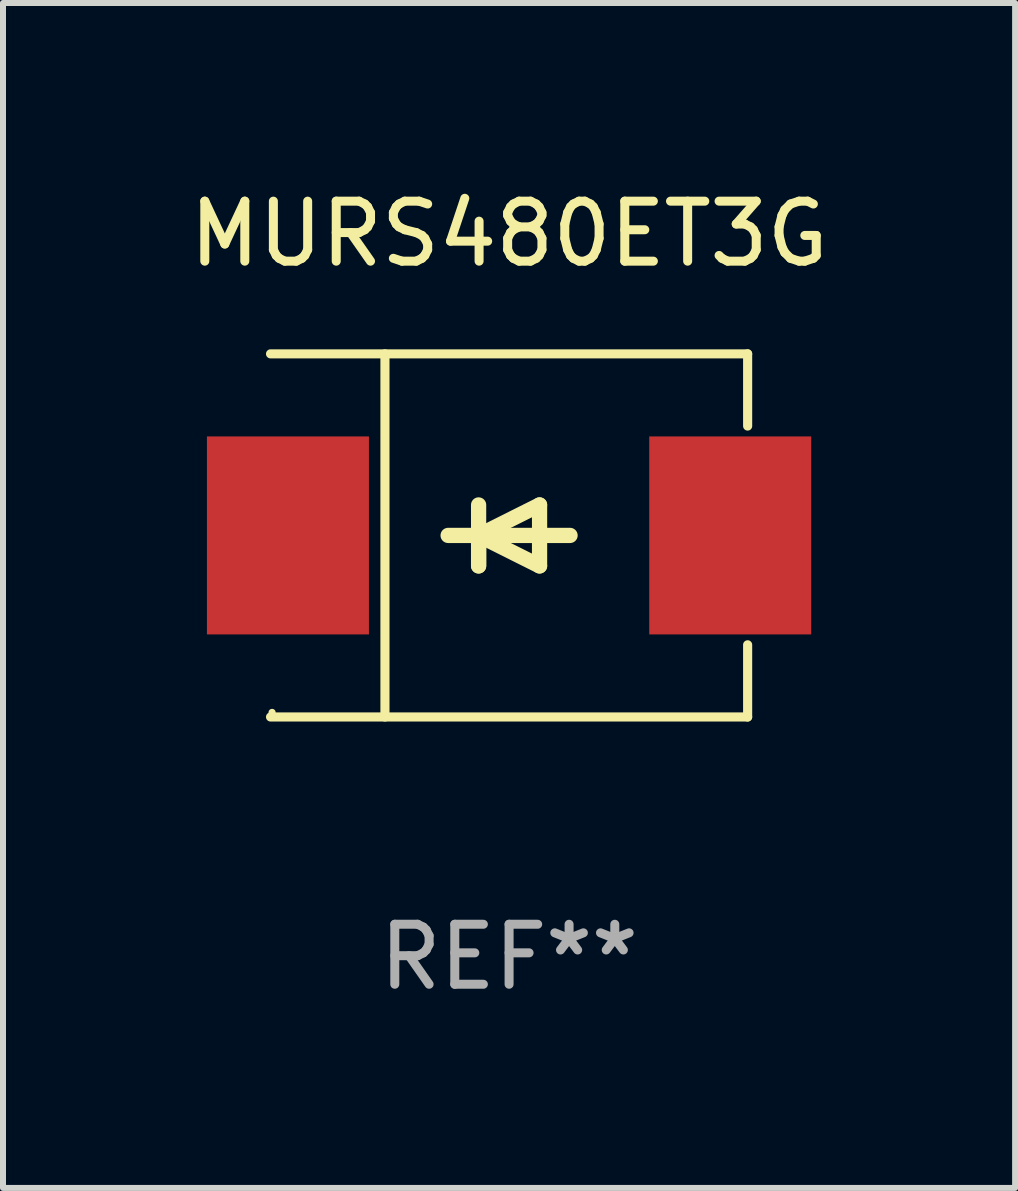
<source format=kicad_pcb>
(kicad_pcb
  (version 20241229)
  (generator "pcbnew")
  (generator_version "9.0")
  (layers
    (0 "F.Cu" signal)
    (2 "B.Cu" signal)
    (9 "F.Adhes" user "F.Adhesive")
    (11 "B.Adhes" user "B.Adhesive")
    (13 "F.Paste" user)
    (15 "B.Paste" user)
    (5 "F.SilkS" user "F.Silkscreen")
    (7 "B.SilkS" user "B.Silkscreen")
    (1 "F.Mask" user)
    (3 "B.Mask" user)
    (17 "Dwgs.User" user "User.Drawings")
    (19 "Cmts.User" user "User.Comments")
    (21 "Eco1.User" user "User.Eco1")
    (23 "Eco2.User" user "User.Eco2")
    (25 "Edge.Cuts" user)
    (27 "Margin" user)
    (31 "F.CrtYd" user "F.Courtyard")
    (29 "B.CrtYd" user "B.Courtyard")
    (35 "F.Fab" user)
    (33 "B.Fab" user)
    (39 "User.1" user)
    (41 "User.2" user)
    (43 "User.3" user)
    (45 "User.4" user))
  (footprint "MURS480ET3G"
    (layer "F.Cu")
    (at 5.435 5.874)
    (property "Reference" "MURS480ET3G" (at 0 -5.026 0) (layer "F.SilkS") (effects (font (size 1 1) (thickness 0.15))))
    (attr through_hole)
    (fp_line (start -3.976 -3.026) (end 3.976 -3.026) (stroke (width 0.152) (type solid)) (layer "F.SilkS"))
    (fp_line (start -3.976 3.026) (end 3.976 3.026) (stroke (width 0.152) (type solid)) (layer "F.SilkS"))
    (fp_line (start -2.069 -3.026) (end -2.069 3.026) (stroke (width 0.152) (type solid)) (layer "F.SilkS"))
    (fp_line (start -0.508 0) (end -0.508 0.508) (stroke (width 0.254) (type solid)) (layer "F.SilkS"))
    (fp_line (start -0.508 0) (end 0.508 0.508) (stroke (width 0.254) (type solid)) (layer "F.SilkS"))
    (fp_line (start -0.508 0.508) (end -0.508 -0.508) (stroke (width 0.254) (type solid)) (layer "F.SilkS"))
    (fp_line (start 0.508 -0.508) (end -0.508 0) (stroke (width 0.254) (type solid)) (layer "F.SilkS"))
    (fp_line (start 0.508 0.508) (end 0.508 -0.508) (stroke (width 0.254) (type solid)) (layer "F.SilkS"))
    (fp_line (start 1.016 0) (end -1.016 0) (stroke (width 0.254) (type solid)) (layer "F.SilkS"))
    (fp_line (start 3.976 -3.026) (end 3.976 -1.823) (stroke (width 0.152) (type solid)) (layer "F.SilkS"))
    (fp_line (start 3.976 3.026) (end 3.976 1.823) (stroke (width 0.152) (type solid)) (layer "F.SilkS"))
    (fp_circle (center -3.95 2.95) (end -3.92 2.95) (stroke (width 0.06) (type solid)) (fill no) (layer "F.SilkS"))
    (fp_text user "REF**" (at 0 7.026 0) (layer "F.Fab") (effects (font (size 1 1) (thickness 0.15))))
    (pad "1" smd rect (at -3.686 0) (size 2.7 3.3) (layers "F.Cu" "F.Mask" "F.Paste"))
    (pad "2" smd rect (at 3.686 0) (size 2.7 3.3) (layers "F.Cu" "F.Mask" "F.Paste")))
  (gr_rect
    (start -3 -3)
    (end 13.869 16.749)
    (stroke (width 0.1) (type default))
    (fill no)
    (layer "Edge.Cuts")))
</source>
